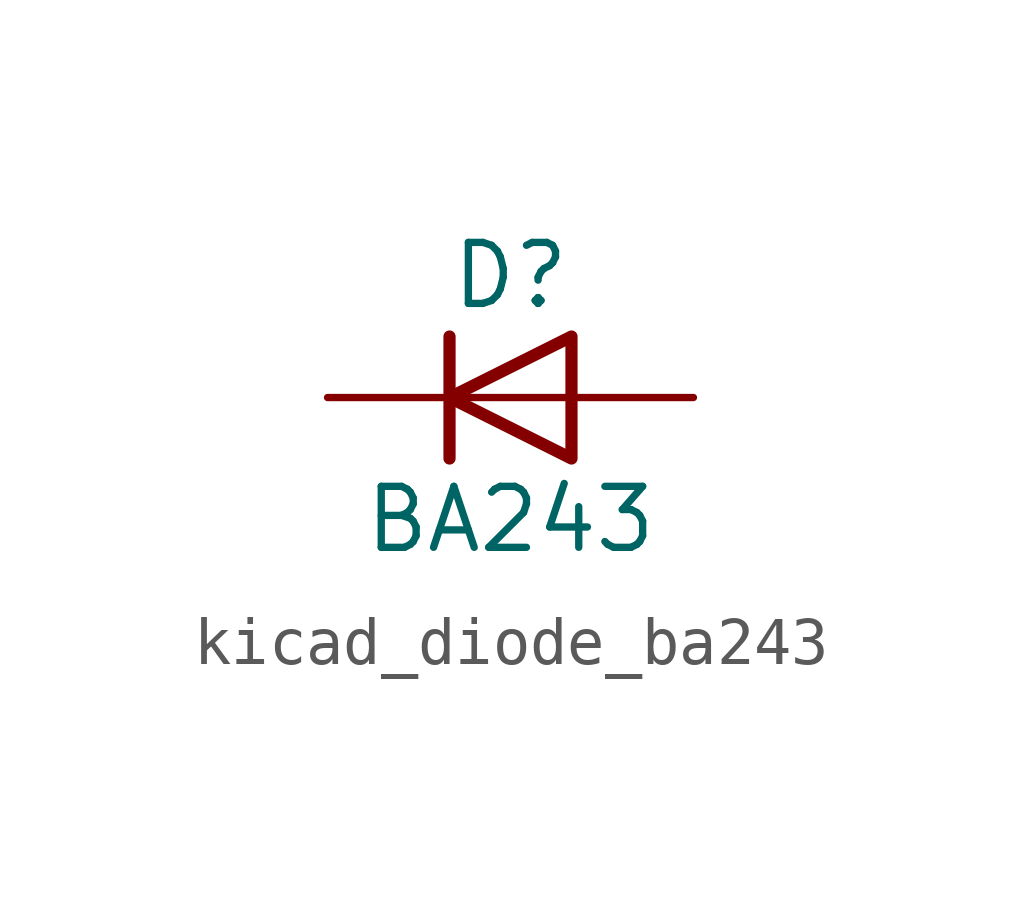
<source format=kicad_sym>
(kicad_symbol_lib
  (version 20220914)
  (generator kicad_symbol_editor)
  (symbol "kicad_diode_ba243"
    (pin_numbers hide)
    (pin_names hide)
    (property "Reference" "D"
      (at 0 2.54 0)
      (effects (font (size 1.27 1.27))))
    (property "Value" "BA243"
      (at 0 -2.54 0)
      (effects (font (size 1.27 1.27))))
    (symbol "kicad_diode_ba243_0_1"
      (polyline (pts (xy -1.27 1.27) (xy -1.27 -1.27)) (stroke (width 0.254) (type default)) (fill (type none)))
      (polyline (pts (xy 1.27 0) (xy -1.27 0)) (stroke (width 0) (type default)) (fill (type none)))
      (polyline (pts (xy 1.27 1.27) (xy 1.27 -1.27) (xy -1.27 0) (xy 1.27 1.27)) (stroke (width 0.254) (type default)) (fill (type none))))
    (symbol "kicad_diode_ba243_1_1"
      (pin passive line (at -3.81 0 0) (length 2.54) (name "K" (effects (font (size 1.27 1.27)))) (number "1" (effects (font (size 1.27 1.27)))))
      (pin passive line (at 3.81 0 180) (length 2.54) (name "A" (effects (font (size 1.27 1.27)))) (number "2" (effects (font (size 1.27 1.27))))))))
</source>
